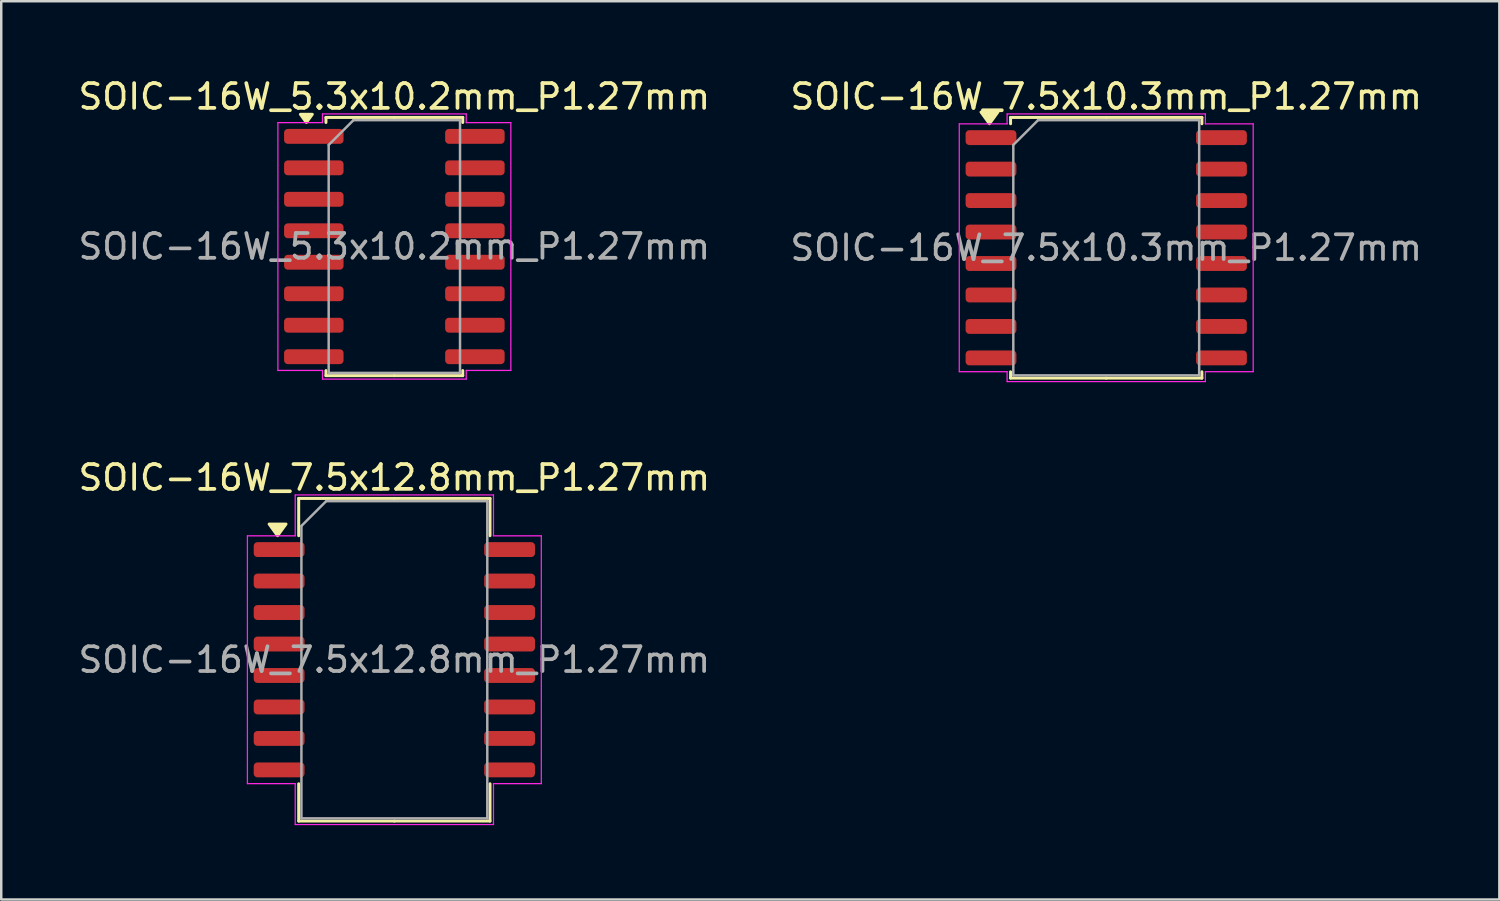
<source format=kicad_pcb>
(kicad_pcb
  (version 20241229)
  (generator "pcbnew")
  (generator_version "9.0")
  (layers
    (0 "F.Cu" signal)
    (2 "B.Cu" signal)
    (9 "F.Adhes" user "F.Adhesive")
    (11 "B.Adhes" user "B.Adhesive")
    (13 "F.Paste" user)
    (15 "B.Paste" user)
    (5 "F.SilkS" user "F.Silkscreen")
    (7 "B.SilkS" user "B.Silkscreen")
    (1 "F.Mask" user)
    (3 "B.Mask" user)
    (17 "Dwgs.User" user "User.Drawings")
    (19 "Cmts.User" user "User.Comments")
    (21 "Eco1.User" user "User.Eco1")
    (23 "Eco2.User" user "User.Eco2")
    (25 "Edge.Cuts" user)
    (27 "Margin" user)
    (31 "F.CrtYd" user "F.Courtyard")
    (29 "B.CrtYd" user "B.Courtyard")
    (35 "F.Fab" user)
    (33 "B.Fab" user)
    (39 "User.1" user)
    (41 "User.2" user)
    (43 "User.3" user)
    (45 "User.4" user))
  (footprint "SOIC-16W_7.5x12.8mm_P1.27mm"
    (layer "F.Cu")
    (at 12.863 23.572)
    (property "Reference" "SOIC-16W_7.5x12.8mm_P1.27mm" (at 0 -7.35 0) (layer "F.SilkS") (effects (font (size 1 1) (thickness 0.15))))
    (attr smd)
    (fp_line (start -3.86 -6.51) (end -3.86 -5.005) (stroke (width 0.12) (type solid)) (layer "F.SilkS"))
    (fp_line (start -3.86 6.51) (end -3.86 5.005) (stroke (width 0.12) (type solid)) (layer "F.SilkS"))
    (fp_line (start 0 -6.51) (end -3.86 -6.51) (stroke (width 0.12) (type solid)) (layer "F.SilkS"))
    (fp_line (start 0 -6.51) (end 3.86 -6.51) (stroke (width 0.12) (type solid)) (layer "F.SilkS"))
    (fp_line (start 0 6.51) (end -3.86 6.51) (stroke (width 0.12) (type solid)) (layer "F.SilkS"))
    (fp_line (start 0 6.51) (end 3.86 6.51) (stroke (width 0.12) (type solid)) (layer "F.SilkS"))
    (fp_line (start 3.86 -6.51) (end 3.86 -5.005) (stroke (width 0.12) (type solid)) (layer "F.SilkS"))
    (fp_line (start 3.86 6.51) (end 3.86 5.005) (stroke (width 0.12) (type solid)) (layer "F.SilkS"))
    (fp_poly (pts (xy -4.713 -5.005) (xy -5.053 -5.475) (xy -4.372 -5.475)) (stroke (width 0.12) (type solid)) (fill yes) (layer "F.SilkS"))
    (fp_line (start -5.93 -5) (end -4 -5) (stroke (width 0.05) (type solid)) (layer "F.CrtYd"))
    (fp_line (start -5.93 5) (end -5.93 -5) (stroke (width 0.05) (type solid)) (layer "F.CrtYd"))
    (fp_line (start -4 -6.65) (end 4 -6.65) (stroke (width 0.05) (type solid)) (layer "F.CrtYd"))
    (fp_line (start -4 -5) (end -4 -6.65) (stroke (width 0.05) (type solid)) (layer "F.CrtYd"))
    (fp_line (start -4 5) (end -5.93 5) (stroke (width 0.05) (type solid)) (layer "F.CrtYd"))
    (fp_line (start -4 6.65) (end -4 5) (stroke (width 0.05) (type solid)) (layer "F.CrtYd"))
    (fp_line (start 4 -6.65) (end 4 -5) (stroke (width 0.05) (type solid)) (layer "F.CrtYd"))
    (fp_line (start 4 -5) (end 5.93 -5) (stroke (width 0.05) (type solid)) (layer "F.CrtYd"))
    (fp_line (start 4 5) (end 4 6.65) (stroke (width 0.05) (type solid)) (layer "F.CrtYd"))
    (fp_line (start 4 6.65) (end -4 6.65) (stroke (width 0.05) (type solid)) (layer "F.CrtYd"))
    (fp_line (start 5.93 -5) (end 5.93 5) (stroke (width 0.05) (type solid)) (layer "F.CrtYd"))
    (fp_line (start 5.93 5) (end 4 5) (stroke (width 0.05) (type solid)) (layer "F.CrtYd"))
    (fp_line (start -3.75 -5.4) (end -2.75 -6.4) (stroke (width 0.1) (type solid)) (layer "F.Fab"))
    (fp_line (start -3.75 6.4) (end -3.75 -5.4) (stroke (width 0.1) (type solid)) (layer "F.Fab"))
    (fp_line (start -2.75 -6.4) (end 3.75 -6.4) (stroke (width 0.1) (type solid)) (layer "F.Fab"))
    (fp_line (start 3.75 -6.4) (end 3.75 6.4) (stroke (width 0.1) (type solid)) (layer "F.Fab"))
    (fp_line (start 3.75 6.4) (end -3.75 6.4) (stroke (width 0.1) (type solid)) (layer "F.Fab"))
    (fp_text user "${REFERENCE}" (at 0 0 0) (layer "F.Fab") (effects (font (size 1 1) (thickness 0.15))))
    (pad "1" smd roundrect (at -4.65 -4.445) (size 2.05 0.6) (layers "F.Cu" "F.Mask" "F.Paste") (roundrect_rratio 0.25))
    (pad "2" smd roundrect (at -4.65 -3.175) (size 2.05 0.6) (layers "F.Cu" "F.Mask" "F.Paste") (roundrect_rratio 0.25))
    (pad "3" smd roundrect (at -4.65 -1.905) (size 2.05 0.6) (layers "F.Cu" "F.Mask" "F.Paste") (roundrect_rratio 0.25))
    (pad "4" smd roundrect (at -4.65 -0.635) (size 2.05 0.6) (layers "F.Cu" "F.Mask" "F.Paste") (roundrect_rratio 0.25))
    (pad "5" smd roundrect (at -4.65 0.635) (size 2.05 0.6) (layers "F.Cu" "F.Mask" "F.Paste") (roundrect_rratio 0.25))
    (pad "6" smd roundrect (at -4.65 1.905) (size 2.05 0.6) (layers "F.Cu" "F.Mask" "F.Paste") (roundrect_rratio 0.25))
    (pad "7" smd roundrect (at -4.65 3.175) (size 2.05 0.6) (layers "F.Cu" "F.Mask" "F.Paste") (roundrect_rratio 0.25))
    (pad "8" smd roundrect (at -4.65 4.445) (size 2.05 0.6) (layers "F.Cu" "F.Mask" "F.Paste") (roundrect_rratio 0.25))
    (pad "9" smd roundrect (at 4.65 4.445) (size 2.05 0.6) (layers "F.Cu" "F.Mask" "F.Paste") (roundrect_rratio 0.25))
    (pad "10" smd roundrect (at 4.65 3.175) (size 2.05 0.6) (layers "F.Cu" "F.Mask" "F.Paste") (roundrect_rratio 0.25))
    (pad "11" smd roundrect (at 4.65 1.905) (size 2.05 0.6) (layers "F.Cu" "F.Mask" "F.Paste") (roundrect_rratio 0.25))
    (pad "12" smd roundrect (at 4.65 0.635) (size 2.05 0.6) (layers "F.Cu" "F.Mask" "F.Paste") (roundrect_rratio 0.25))
    (pad "13" smd roundrect (at 4.65 -0.635) (size 2.05 0.6) (layers "F.Cu" "F.Mask" "F.Paste") (roundrect_rratio 0.25))
    (pad "14" smd roundrect (at 4.65 -1.905) (size 2.05 0.6) (layers "F.Cu" "F.Mask" "F.Paste") (roundrect_rratio 0.25))
    (pad "15" smd roundrect (at 4.65 -3.175) (size 2.05 0.6) (layers "F.Cu" "F.Mask" "F.Paste") (roundrect_rratio 0.25))
    (pad "16" smd roundrect (at 4.65 -4.445) (size 2.05 0.6) (layers "F.Cu" "F.Mask" "F.Paste") (roundrect_rratio 0.25)))
  (footprint "SOIC-16W_5.3x10.2mm_P1.27mm"
    (layer "F.Cu")
    (at 12.863 6.898)
    (property "Reference" "SOIC-16W_5.3x10.2mm_P1.27mm" (at 0 -6.05 0) (layer "F.SilkS") (effects (font (size 1 1) (thickness 0.15))))
    (attr smd)
    (fp_line (start -2.76 -5.21) (end -2.76 -5.005) (stroke (width 0.12) (type solid)) (layer "F.SilkS"))
    (fp_line (start -2.76 5.21) (end -2.76 5.005) (stroke (width 0.12) (type solid)) (layer "F.SilkS"))
    (fp_line (start 0 -5.21) (end -2.76 -5.21) (stroke (width 0.12) (type solid)) (layer "F.SilkS"))
    (fp_line (start 0 -5.21) (end 2.76 -5.21) (stroke (width 0.12) (type solid)) (layer "F.SilkS"))
    (fp_line (start 0 5.21) (end -2.76 5.21) (stroke (width 0.12) (type solid)) (layer "F.SilkS"))
    (fp_line (start 0 5.21) (end 2.76 5.21) (stroke (width 0.12) (type solid)) (layer "F.SilkS"))
    (fp_line (start 2.76 -5.21) (end 2.76 -5.005) (stroke (width 0.12) (type solid)) (layer "F.SilkS"))
    (fp_line (start 2.76 5.21) (end 2.76 5.005) (stroke (width 0.12) (type solid)) (layer "F.SilkS"))
    (fp_poly (pts (xy -3.55 -5.005) (xy -3.79 -5.335) (xy -3.31 -5.335)) (stroke (width 0.12) (type solid)) (fill yes) (layer "F.SilkS"))
    (fp_line (start -4.7 -5) (end -2.9 -5) (stroke (width 0.05) (type solid)) (layer "F.CrtYd"))
    (fp_line (start -4.7 5) (end -4.7 -5) (stroke (width 0.05) (type solid)) (layer "F.CrtYd"))
    (fp_line (start -2.9 -5.35) (end 2.9 -5.35) (stroke (width 0.05) (type solid)) (layer "F.CrtYd"))
    (fp_line (start -2.9 -5) (end -2.9 -5.35) (stroke (width 0.05) (type solid)) (layer "F.CrtYd"))
    (fp_line (start -2.9 5) (end -4.7 5) (stroke (width 0.05) (type solid)) (layer "F.CrtYd"))
    (fp_line (start -2.9 5.35) (end -2.9 5) (stroke (width 0.05) (type solid)) (layer "F.CrtYd"))
    (fp_line (start 2.9 -5.35) (end 2.9 -5) (stroke (width 0.05) (type solid)) (layer "F.CrtYd"))
    (fp_line (start 2.9 -5) (end 4.7 -5) (stroke (width 0.05) (type solid)) (layer "F.CrtYd"))
    (fp_line (start 2.9 5) (end 2.9 5.35) (stroke (width 0.05) (type solid)) (layer "F.CrtYd"))
    (fp_line (start 2.9 5.35) (end -2.9 5.35) (stroke (width 0.05) (type solid)) (layer "F.CrtYd"))
    (fp_line (start 4.7 -5) (end 4.7 5) (stroke (width 0.05) (type solid)) (layer "F.CrtYd"))
    (fp_line (start 4.7 5) (end 2.9 5) (stroke (width 0.05) (type solid)) (layer "F.CrtYd"))
    (fp_line (start -2.65 -4.1) (end -1.65 -5.1) (stroke (width 0.1) (type solid)) (layer "F.Fab"))
    (fp_line (start -2.65 5.1) (end -2.65 -4.1) (stroke (width 0.1) (type solid)) (layer "F.Fab"))
    (fp_line (start -1.65 -5.1) (end 2.65 -5.1) (stroke (width 0.1) (type solid)) (layer "F.Fab"))
    (fp_line (start 2.65 -5.1) (end 2.65 5.1) (stroke (width 0.1) (type solid)) (layer "F.Fab"))
    (fp_line (start 2.65 5.1) (end -2.65 5.1) (stroke (width 0.1) (type solid)) (layer "F.Fab"))
    (fp_text user "${REFERENCE}" (at 0 0 0) (layer "F.Fab") (effects (font (size 1 1) (thickness 0.15))))
    (pad "1" smd roundrect (at -3.25 -4.445) (size 2.4 0.6) (layers "F.Cu" "F.Mask" "F.Paste") (roundrect_rratio 0.25))
    (pad "2" smd roundrect (at -3.25 -3.175) (size 2.4 0.6) (layers "F.Cu" "F.Mask" "F.Paste") (roundrect_rratio 0.25))
    (pad "3" smd roundrect (at -3.25 -1.905) (size 2.4 0.6) (layers "F.Cu" "F.Mask" "F.Paste") (roundrect_rratio 0.25))
    (pad "4" smd roundrect (at -3.25 -0.635) (size 2.4 0.6) (layers "F.Cu" "F.Mask" "F.Paste") (roundrect_rratio 0.25))
    (pad "5" smd roundrect (at -3.25 0.635) (size 2.4 0.6) (layers "F.Cu" "F.Mask" "F.Paste") (roundrect_rratio 0.25))
    (pad "6" smd roundrect (at -3.25 1.905) (size 2.4 0.6) (layers "F.Cu" "F.Mask" "F.Paste") (roundrect_rratio 0.25))
    (pad "7" smd roundrect (at -3.25 3.175) (size 2.4 0.6) (layers "F.Cu" "F.Mask" "F.Paste") (roundrect_rratio 0.25))
    (pad "8" smd roundrect (at -3.25 4.445) (size 2.4 0.6) (layers "F.Cu" "F.Mask" "F.Paste") (roundrect_rratio 0.25))
    (pad "9" smd roundrect (at 3.25 4.445) (size 2.4 0.6) (layers "F.Cu" "F.Mask" "F.Paste") (roundrect_rratio 0.25))
    (pad "10" smd roundrect (at 3.25 3.175) (size 2.4 0.6) (layers "F.Cu" "F.Mask" "F.Paste") (roundrect_rratio 0.25))
    (pad "11" smd roundrect (at 3.25 1.905) (size 2.4 0.6) (layers "F.Cu" "F.Mask" "F.Paste") (roundrect_rratio 0.25))
    (pad "12" smd roundrect (at 3.25 0.635) (size 2.4 0.6) (layers "F.Cu" "F.Mask" "F.Paste") (roundrect_rratio 0.25))
    (pad "13" smd roundrect (at 3.25 -0.635) (size 2.4 0.6) (layers "F.Cu" "F.Mask" "F.Paste") (roundrect_rratio 0.25))
    (pad "14" smd roundrect (at 3.25 -1.905) (size 2.4 0.6) (layers "F.Cu" "F.Mask" "F.Paste") (roundrect_rratio 0.25))
    (pad "15" smd roundrect (at 3.25 -3.175) (size 2.4 0.6) (layers "F.Cu" "F.Mask" "F.Paste") (roundrect_rratio 0.25))
    (pad "16" smd roundrect (at 3.25 -4.445) (size 2.4 0.6) (layers "F.Cu" "F.Mask" "F.Paste") (roundrect_rratio 0.25)))
  (footprint "SOIC-16W_7.5x10.3mm_P1.27mm"
    (layer "F.Cu")
    (at 41.589 6.948)
    (property "Reference" "SOIC-16W_7.5x10.3mm_P1.27mm" (at 0 -6.1 0) (layer "F.SilkS") (effects (font (size 1 1) (thickness 0.15))))
    (attr smd)
    (fp_line (start -3.86 -5.26) (end -3.86 -5.005) (stroke (width 0.12) (type solid)) (layer "F.SilkS"))
    (fp_line (start -3.86 5.26) (end -3.86 5.005) (stroke (width 0.12) (type solid)) (layer "F.SilkS"))
    (fp_line (start 0 -5.26) (end -3.86 -5.26) (stroke (width 0.12) (type solid)) (layer "F.SilkS"))
    (fp_line (start 0 -5.26) (end 3.86 -5.26) (stroke (width 0.12) (type solid)) (layer "F.SilkS"))
    (fp_line (start 0 5.26) (end -3.86 5.26) (stroke (width 0.12) (type solid)) (layer "F.SilkS"))
    (fp_line (start 0 5.26) (end 3.86 5.26) (stroke (width 0.12) (type solid)) (layer "F.SilkS"))
    (fp_line (start 3.86 -5.26) (end 3.86 -5.005) (stroke (width 0.12) (type solid)) (layer "F.SilkS"))
    (fp_line (start 3.86 5.26) (end 3.86 5.005) (stroke (width 0.12) (type solid)) (layer "F.SilkS"))
    (fp_poly (pts (xy -4.713 -5.005) (xy -5.053 -5.475) (xy -4.372 -5.475)) (stroke (width 0.12) (type solid)) (fill yes) (layer "F.SilkS"))
    (fp_line (start -5.93 -5) (end -4 -5) (stroke (width 0.05) (type solid)) (layer "F.CrtYd"))
    (fp_line (start -5.93 5) (end -5.93 -5) (stroke (width 0.05) (type solid)) (layer "F.CrtYd"))
    (fp_line (start -4 -5.4) (end 4 -5.4) (stroke (width 0.05) (type solid)) (layer "F.CrtYd"))
    (fp_line (start -4 -5) (end -4 -5.4) (stroke (width 0.05) (type solid)) (layer "F.CrtYd"))
    (fp_line (start -4 5) (end -5.93 5) (stroke (width 0.05) (type solid)) (layer "F.CrtYd"))
    (fp_line (start -4 5.4) (end -4 5) (stroke (width 0.05) (type solid)) (layer "F.CrtYd"))
    (fp_line (start 4 -5.4) (end 4 -5) (stroke (width 0.05) (type solid)) (layer "F.CrtYd"))
    (fp_line (start 4 -5) (end 5.93 -5) (stroke (width 0.05) (type solid)) (layer "F.CrtYd"))
    (fp_line (start 4 5) (end 4 5.4) (stroke (width 0.05) (type solid)) (layer "F.CrtYd"))
    (fp_line (start 4 5.4) (end -4 5.4) (stroke (width 0.05) (type solid)) (layer "F.CrtYd"))
    (fp_line (start 5.93 -5) (end 5.93 5) (stroke (width 0.05) (type solid)) (layer "F.CrtYd"))
    (fp_line (start 5.93 5) (end 4 5) (stroke (width 0.05) (type solid)) (layer "F.CrtYd"))
    (fp_line (start -3.75 -4.15) (end -2.75 -5.15) (stroke (width 0.1) (type solid)) (layer "F.Fab"))
    (fp_line (start -3.75 5.15) (end -3.75 -4.15) (stroke (width 0.1) (type solid)) (layer "F.Fab"))
    (fp_line (start -2.75 -5.15) (end 3.75 -5.15) (stroke (width 0.1) (type solid)) (layer "F.Fab"))
    (fp_line (start 3.75 -5.15) (end 3.75 5.15) (stroke (width 0.1) (type solid)) (layer "F.Fab"))
    (fp_line (start 3.75 5.15) (end -3.75 5.15) (stroke (width 0.1) (type solid)) (layer "F.Fab"))
    (fp_text user "${REFERENCE}" (at 0 0 0) (layer "F.Fab") (effects (font (size 1 1) (thickness 0.15))))
    (pad "1" smd roundrect (at -4.65 -4.445) (size 2.05 0.6) (layers "F.Cu" "F.Mask" "F.Paste") (roundrect_rratio 0.25))
    (pad "2" smd roundrect (at -4.65 -3.175) (size 2.05 0.6) (layers "F.Cu" "F.Mask" "F.Paste") (roundrect_rratio 0.25))
    (pad "3" smd roundrect (at -4.65 -1.905) (size 2.05 0.6) (layers "F.Cu" "F.Mask" "F.Paste") (roundrect_rratio 0.25))
    (pad "4" smd roundrect (at -4.65 -0.635) (size 2.05 0.6) (layers "F.Cu" "F.Mask" "F.Paste") (roundrect_rratio 0.25))
    (pad "5" smd roundrect (at -4.65 0.635) (size 2.05 0.6) (layers "F.Cu" "F.Mask" "F.Paste") (roundrect_rratio 0.25))
    (pad "6" smd roundrect (at -4.65 1.905) (size 2.05 0.6) (layers "F.Cu" "F.Mask" "F.Paste") (roundrect_rratio 0.25))
    (pad "7" smd roundrect (at -4.65 3.175) (size 2.05 0.6) (layers "F.Cu" "F.Mask" "F.Paste") (roundrect_rratio 0.25))
    (pad "8" smd roundrect (at -4.65 4.445) (size 2.05 0.6) (layers "F.Cu" "F.Mask" "F.Paste") (roundrect_rratio 0.25))
    (pad "9" smd roundrect (at 4.65 4.445) (size 2.05 0.6) (layers "F.Cu" "F.Mask" "F.Paste") (roundrect_rratio 0.25))
    (pad "10" smd roundrect (at 4.65 3.175) (size 2.05 0.6) (layers "F.Cu" "F.Mask" "F.Paste") (roundrect_rratio 0.25))
    (pad "11" smd roundrect (at 4.65 1.905) (size 2.05 0.6) (layers "F.Cu" "F.Mask" "F.Paste") (roundrect_rratio 0.25))
    (pad "12" smd roundrect (at 4.65 0.635) (size 2.05 0.6) (layers "F.Cu" "F.Mask" "F.Paste") (roundrect_rratio 0.25))
    (pad "13" smd roundrect (at 4.65 -0.635) (size 2.05 0.6) (layers "F.Cu" "F.Mask" "F.Paste") (roundrect_rratio 0.25))
    (pad "14" smd roundrect (at 4.65 -1.905) (size 2.05 0.6) (layers "F.Cu" "F.Mask" "F.Paste") (roundrect_rratio 0.25))
    (pad "15" smd roundrect (at 4.65 -3.175) (size 2.05 0.6) (layers "F.Cu" "F.Mask" "F.Paste") (roundrect_rratio 0.25))
    (pad "16" smd roundrect (at 4.65 -4.445) (size 2.05 0.6) (layers "F.Cu" "F.Mask" "F.Paste") (roundrect_rratio 0.25)))
  (gr_rect
    (start -3 -3)
    (end 57.452 33.246)
    (stroke (width 0.1) (type default))
    (fill no)
    (layer "Edge.Cuts")))
</source>
